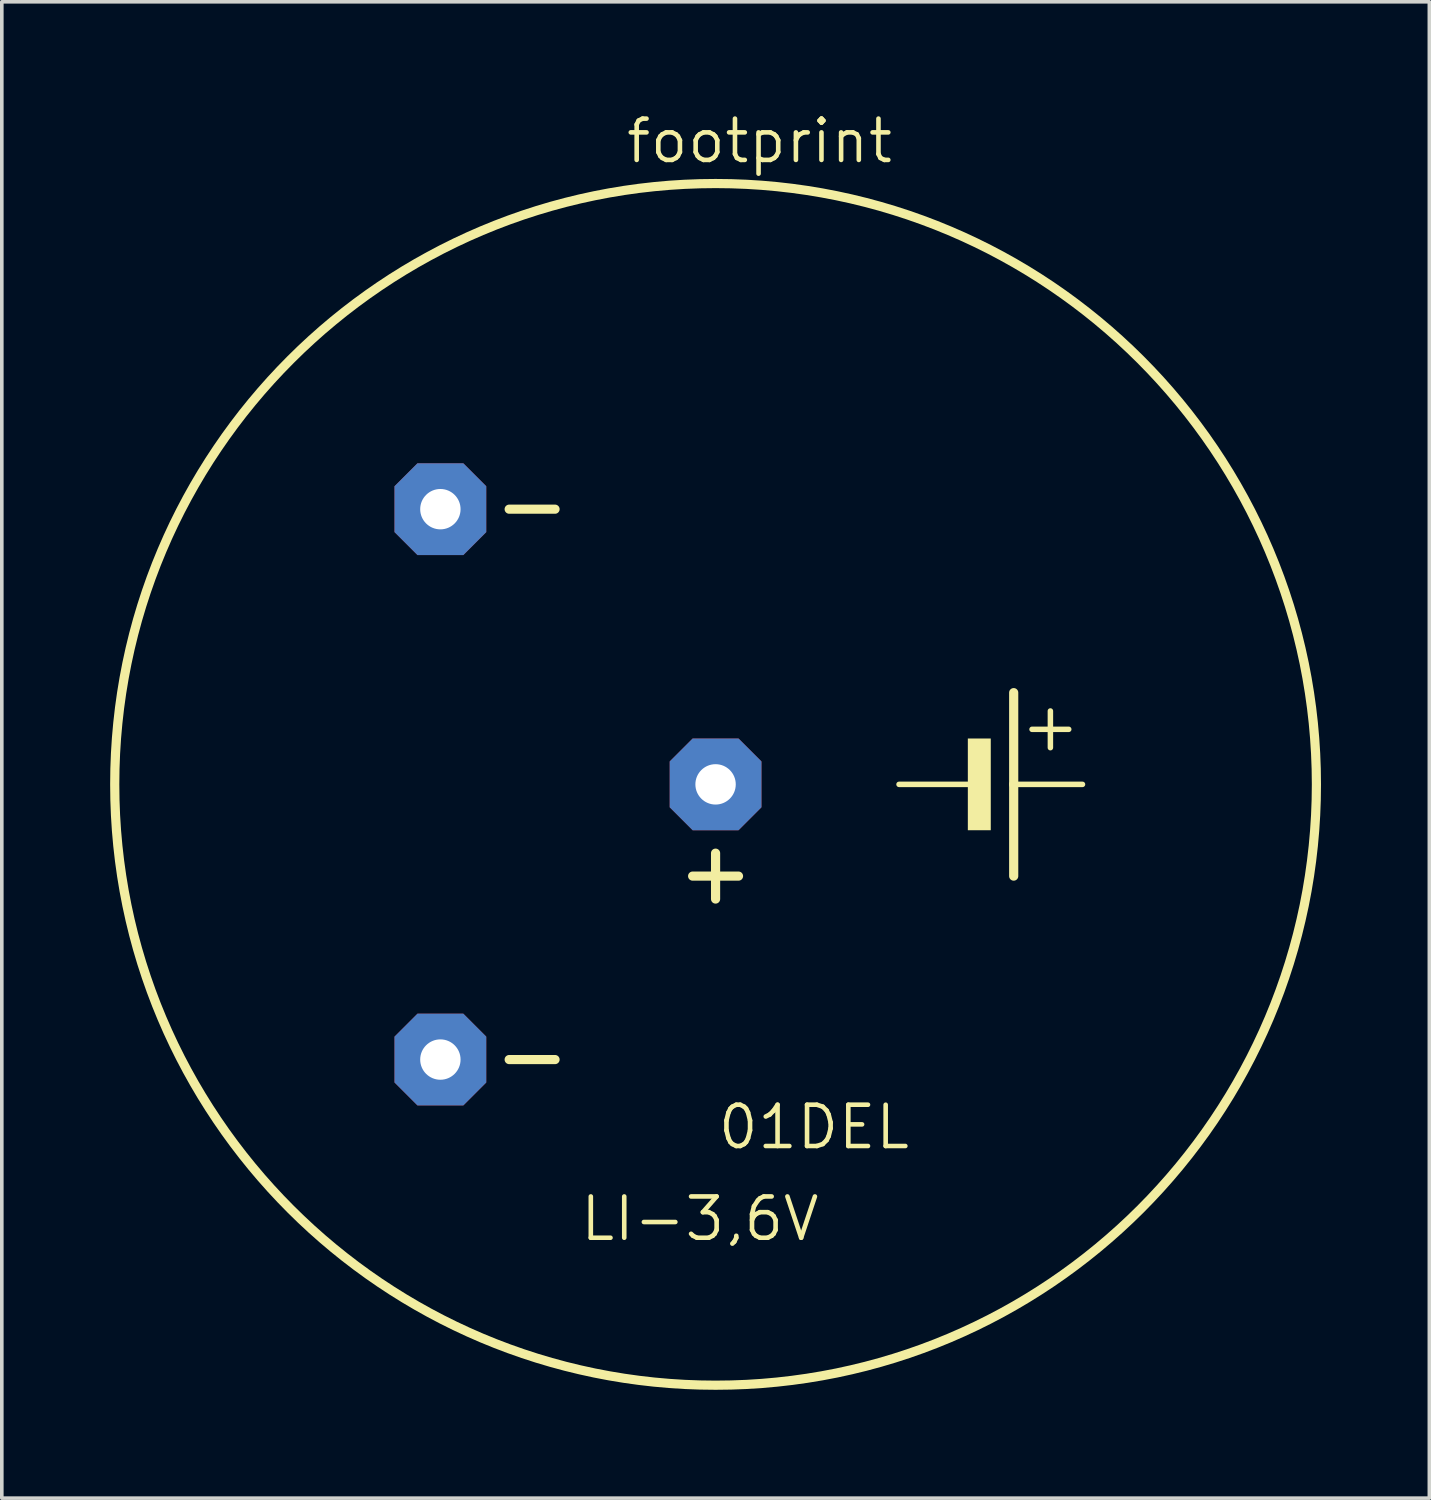
<source format=kicad_pcb>
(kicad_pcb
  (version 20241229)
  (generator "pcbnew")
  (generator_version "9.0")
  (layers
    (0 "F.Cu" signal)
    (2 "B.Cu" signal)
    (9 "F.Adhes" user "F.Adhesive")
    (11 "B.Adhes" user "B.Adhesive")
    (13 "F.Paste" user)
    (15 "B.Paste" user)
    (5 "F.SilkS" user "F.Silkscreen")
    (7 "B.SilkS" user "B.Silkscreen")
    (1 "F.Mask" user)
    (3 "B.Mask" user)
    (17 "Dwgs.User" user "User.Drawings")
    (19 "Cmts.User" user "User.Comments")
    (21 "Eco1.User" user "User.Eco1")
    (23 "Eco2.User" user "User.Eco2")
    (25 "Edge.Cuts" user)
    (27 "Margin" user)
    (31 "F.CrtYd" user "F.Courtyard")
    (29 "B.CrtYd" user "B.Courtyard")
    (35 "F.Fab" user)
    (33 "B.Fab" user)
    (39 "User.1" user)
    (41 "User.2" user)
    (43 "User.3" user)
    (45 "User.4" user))
  (footprint "footprint"
    (layer "F.Cu")
    (at 16.764 18.669)
    (property "Reference" "footprint" (at -2.54 -17.145 0) (layer "F.SilkS") (effects (font (size 1.143 1.143) (thickness 0.127)) (justify left bottom)))
    (fp_line (start -5.715 -7.62) (end -4.445 -7.62) (stroke (width 0.254) (type solid)) (layer "F.SilkS"))
    (fp_line (start -5.715 7.62) (end -4.445 7.62) (stroke (width 0.254) (type solid)) (layer "F.SilkS"))
    (fp_line (start -0.635 2.54) (end 0.635 2.54) (stroke (width 0.254) (type solid)) (layer "F.SilkS"))
    (fp_line (start 0 1.905) (end 0 3.175) (stroke (width 0.254) (type solid)) (layer "F.SilkS"))
    (fp_line (start 5.08 0) (end 6.985 0) (stroke (width 0.152) (type solid)) (layer "F.SilkS"))
    (fp_line (start 8.255 -2.54) (end 8.255 0) (stroke (width 0.254) (type solid)) (layer "F.SilkS"))
    (fp_line (start 8.255 0) (end 8.255 2.54) (stroke (width 0.254) (type solid)) (layer "F.SilkS"))
    (fp_line (start 8.255 0) (end 10.16 0) (stroke (width 0.152) (type solid)) (layer "F.SilkS"))
    (fp_line (start 8.763 -1.524) (end 9.779 -1.524) (stroke (width 0.152) (type solid)) (layer "F.SilkS"))
    (fp_line (start 9.271 -2.032) (end 9.271 -1.016) (stroke (width 0.152) (type solid)) (layer "F.SilkS"))
    (fp_circle (center 0 0) (end 16.637 0) (stroke (width 0.254) (type solid)) (fill no) (layer "F.SilkS"))
    (fp_poly (pts (xy 6.985 1.27) (xy 7.62 1.27) (xy 7.62 -1.27) (xy 6.985 -1.27)) (stroke (width 0) (type solid)) (fill yes) (layer "F.SilkS"))
    (fp_text user "LI-3,6V" (at -3.81 12.7 0) (layer "F.SilkS") (effects (font (size 1.143 1.143) (thickness 0.127)) (justify left bottom)))
    (fp_text user "01DEL" (at 0 10.16 0) (layer "F.SilkS") (effects (font (size 1.143 1.143) (thickness 0.127)) (justify left bottom)))
    (pad "+" thru_hole roundrect (at 0 0) (size 2.54 2.54) (drill 1.118) (layers "*.Cu" "*.Mask") (roundrect_rratio 0.25) (chamfer_ratio 0.25) (chamfer top_left top_right bottom_left bottom_right))
    (pad "-" thru_hole roundrect (at -7.62 7.62) (size 2.54 2.54) (drill 1.118) (layers "*.Cu" "*.Mask") (roundrect_rratio 0.25) (chamfer_ratio 0.25) (chamfer top_left top_right bottom_left bottom_right))
    (pad "-@1" thru_hole roundrect (at -7.62 -7.62) (size 2.54 2.54) (drill 1.118) (layers "*.Cu" "*.Mask") (roundrect_rratio 0.25) (chamfer_ratio 0.25) (chamfer top_left top_right bottom_left bottom_right)))
  (gr_rect
    (start -3 -3)
    (end 36.528 38.433)
    (stroke (width 0.1) (type default))
    (fill no)
    (layer "Edge.Cuts")))
</source>
